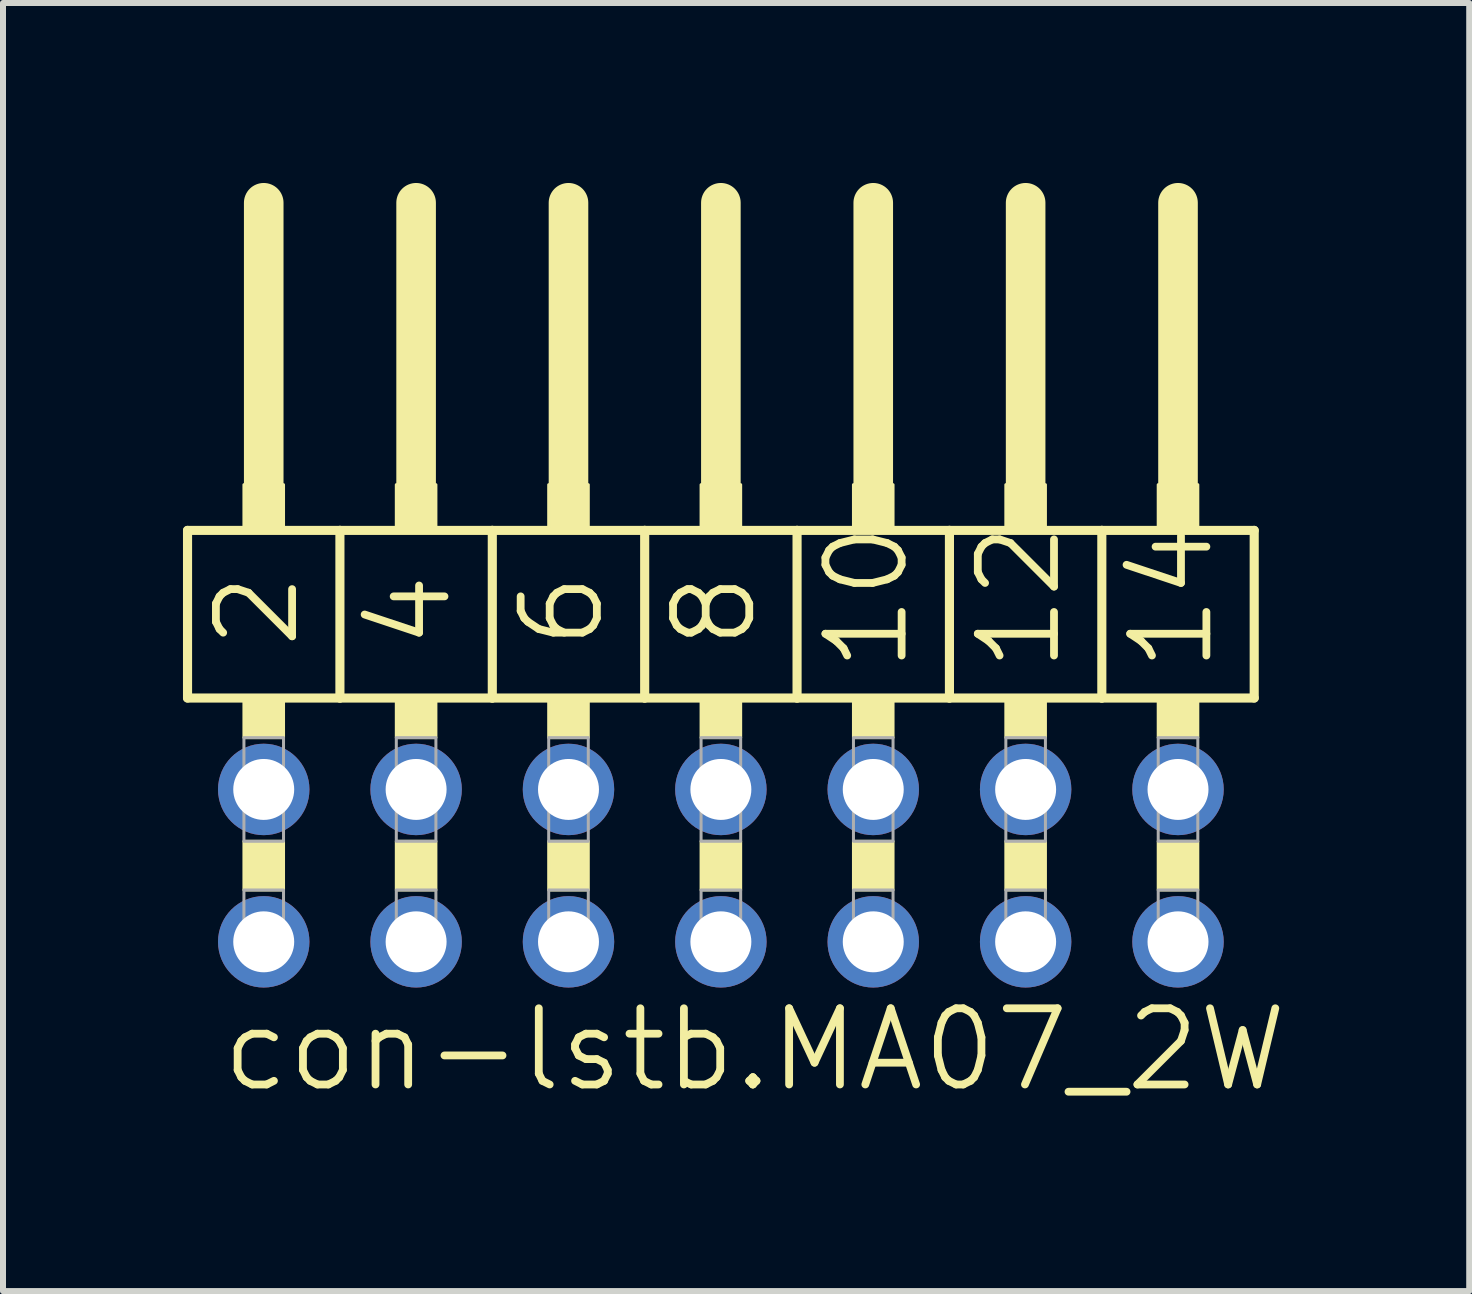
<source format=kicad_pcb>
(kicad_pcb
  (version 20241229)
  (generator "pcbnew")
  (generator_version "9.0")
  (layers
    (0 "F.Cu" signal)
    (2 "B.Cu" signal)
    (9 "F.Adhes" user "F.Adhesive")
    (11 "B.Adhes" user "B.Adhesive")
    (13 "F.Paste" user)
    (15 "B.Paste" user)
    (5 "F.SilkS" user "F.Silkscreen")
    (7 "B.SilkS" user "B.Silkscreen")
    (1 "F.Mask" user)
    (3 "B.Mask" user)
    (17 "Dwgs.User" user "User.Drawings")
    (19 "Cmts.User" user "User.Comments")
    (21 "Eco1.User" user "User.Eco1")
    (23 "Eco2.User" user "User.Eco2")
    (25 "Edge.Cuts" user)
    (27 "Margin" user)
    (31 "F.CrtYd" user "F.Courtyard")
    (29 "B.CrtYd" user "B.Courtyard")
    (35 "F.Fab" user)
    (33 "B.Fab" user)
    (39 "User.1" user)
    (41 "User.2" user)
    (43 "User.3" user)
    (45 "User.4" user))
  (footprint "con-lstb.MA07_2W"
    (layer "F.Cu")
    (at 8.966 11.379)
    (property "Reference" "con-lstb.MA07_2W" (at -8.382 3.81 0) (layer "F.SilkS") (effects (font (size 1.27 1.27) (thickness 0.13)) (justify left bottom)))
    (attr through_hole)
    (fp_line (start -8.89 -5.588) (end -6.35 -5.588) (stroke (width 0.152) (type default)) (layer "F.SilkS"))
    (fp_line (start -8.89 -2.794) (end -8.89 -5.588) (stroke (width 0.152) (type default)) (layer "F.SilkS"))
    (fp_line (start -7.62 -6.35) (end -7.62 -11.049) (stroke (width 0.66) (type default)) (layer "F.SilkS"))
    (fp_line (start -6.35 -5.588) (end -3.81 -5.588) (stroke (width 0.152) (type default)) (layer "F.SilkS"))
    (fp_line (start -6.35 -2.794) (end -8.89 -2.794) (stroke (width 0.152) (type default)) (layer "F.SilkS"))
    (fp_line (start -6.35 -2.794) (end -6.35 -5.588) (stroke (width 0.152) (type default)) (layer "F.SilkS"))
    (fp_line (start -6.35 -2.794) (end -3.81 -2.794) (stroke (width 0.152) (type default)) (layer "F.SilkS"))
    (fp_line (start -5.08 -6.35) (end -5.08 -11.049) (stroke (width 0.66) (type default)) (layer "F.SilkS"))
    (fp_line (start -3.81 -5.588) (end -1.27 -5.588) (stroke (width 0.152) (type default)) (layer "F.SilkS"))
    (fp_line (start -3.81 -2.794) (end -3.81 -5.588) (stroke (width 0.152) (type default)) (layer "F.SilkS"))
    (fp_line (start -2.54 -6.35) (end -2.54 -11.049) (stroke (width 0.66) (type default)) (layer "F.SilkS"))
    (fp_line (start -1.27 -5.588) (end 1.27 -5.588) (stroke (width 0.152) (type default)) (layer "F.SilkS"))
    (fp_line (start -1.27 -2.794) (end -3.81 -2.794) (stroke (width 0.152) (type default)) (layer "F.SilkS"))
    (fp_line (start -1.27 -2.794) (end -1.27 -5.588) (stroke (width 0.152) (type default)) (layer "F.SilkS"))
    (fp_line (start 0 -6.35) (end 0 -11.049) (stroke (width 0.66) (type default)) (layer "F.SilkS"))
    (fp_line (start 1.27 -5.588) (end 3.81 -5.588) (stroke (width 0.152) (type default)) (layer "F.SilkS"))
    (fp_line (start 1.27 -2.794) (end -1.27 -2.794) (stroke (width 0.152) (type default)) (layer "F.SilkS"))
    (fp_line (start 1.27 -2.794) (end 1.27 -5.588) (stroke (width 0.152) (type default)) (layer "F.SilkS"))
    (fp_line (start 2.54 -6.35) (end 2.54 -11.049) (stroke (width 0.66) (type default)) (layer "F.SilkS"))
    (fp_line (start 3.81 -5.588) (end 6.35 -5.588) (stroke (width 0.152) (type default)) (layer "F.SilkS"))
    (fp_line (start 3.81 -2.794) (end 1.27 -2.794) (stroke (width 0.152) (type default)) (layer "F.SilkS"))
    (fp_line (start 3.81 -2.794) (end 3.81 -5.588) (stroke (width 0.152) (type default)) (layer "F.SilkS"))
    (fp_line (start 5.08 -6.35) (end 5.08 -11.049) (stroke (width 0.66) (type default)) (layer "F.SilkS"))
    (fp_line (start 6.35 -5.588) (end 8.89 -5.588) (stroke (width 0.152) (type default)) (layer "F.SilkS"))
    (fp_line (start 6.35 -2.794) (end 3.81 -2.794) (stroke (width 0.152) (type default)) (layer "F.SilkS"))
    (fp_line (start 6.35 -2.794) (end 6.35 -5.588) (stroke (width 0.152) (type default)) (layer "F.SilkS"))
    (fp_line (start 6.35 -2.794) (end 8.89 -2.794) (stroke (width 0.152) (type default)) (layer "F.SilkS"))
    (fp_line (start 7.62 -6.35) (end 7.62 -11.049) (stroke (width 0.66) (type default)) (layer "F.SilkS"))
    (fp_line (start 8.89 -2.794) (end 8.89 -5.588) (stroke (width 0.152) (type default)) (layer "F.SilkS"))
    (fp_rect (start -7.95 -5.588) (end -7.29 -6.35) (stroke (width 0.05) (type default)) (fill yes) (layer "F.SilkS"))
    (fp_rect (start -7.95 -2.134) (end -7.29 -2.794) (stroke (width 0.05) (type default)) (fill yes) (layer "F.SilkS"))
    (fp_rect (start -7.95 0.406) (end -7.29 -0.406) (stroke (width 0.05) (type default)) (fill yes) (layer "F.SilkS"))
    (fp_rect (start -5.41 -5.588) (end -4.75 -6.35) (stroke (width 0.05) (type default)) (fill yes) (layer "F.SilkS"))
    (fp_rect (start -5.41 -2.134) (end -4.75 -2.794) (stroke (width 0.05) (type default)) (fill yes) (layer "F.SilkS"))
    (fp_rect (start -5.41 0.406) (end -4.75 -0.406) (stroke (width 0.05) (type default)) (fill yes) (layer "F.SilkS"))
    (fp_rect (start -2.87 -5.588) (end -2.21 -6.35) (stroke (width 0.05) (type default)) (fill yes) (layer "F.SilkS"))
    (fp_rect (start -2.87 -2.134) (end -2.21 -2.794) (stroke (width 0.05) (type default)) (fill yes) (layer "F.SilkS"))
    (fp_rect (start -2.87 0.406) (end -2.21 -0.406) (stroke (width 0.05) (type default)) (fill yes) (layer "F.SilkS"))
    (fp_rect (start -0.33 -5.588) (end 0.33 -6.35) (stroke (width 0.05) (type default)) (fill yes) (layer "F.SilkS"))
    (fp_rect (start -0.33 -2.134) (end 0.33 -2.794) (stroke (width 0.05) (type default)) (fill yes) (layer "F.SilkS"))
    (fp_rect (start -0.33 0.406) (end 0.33 -0.406) (stroke (width 0.05) (type default)) (fill yes) (layer "F.SilkS"))
    (fp_rect (start 2.21 -5.588) (end 2.87 -6.35) (stroke (width 0.05) (type default)) (fill yes) (layer "F.SilkS"))
    (fp_rect (start 2.21 -2.134) (end 2.87 -2.794) (stroke (width 0.05) (type default)) (fill yes) (layer "F.SilkS"))
    (fp_rect (start 2.21 0.406) (end 2.87 -0.406) (stroke (width 0.05) (type default)) (fill yes) (layer "F.SilkS"))
    (fp_rect (start 4.75 -5.588) (end 5.41 -6.35) (stroke (width 0.05) (type default)) (fill yes) (layer "F.SilkS"))
    (fp_rect (start 4.75 -2.134) (end 5.41 -2.794) (stroke (width 0.05) (type default)) (fill yes) (layer "F.SilkS"))
    (fp_rect (start 4.75 0.406) (end 5.41 -0.406) (stroke (width 0.05) (type default)) (fill yes) (layer "F.SilkS"))
    (fp_rect (start 7.29 -5.588) (end 7.95 -6.35) (stroke (width 0.05) (type default)) (fill yes) (layer "F.SilkS"))
    (fp_rect (start 7.29 -2.134) (end 7.95 -2.794) (stroke (width 0.05) (type default)) (fill yes) (layer "F.SilkS"))
    (fp_rect (start 7.29 0.406) (end 7.95 -0.406) (stroke (width 0.05) (type default)) (fill yes) (layer "F.SilkS"))
    (fp_rect (start -7.95 -0.406) (end -7.29 -2.134) (stroke (width 0.05) (type default)) (fill no) (layer "F.Fab"))
    (fp_rect (start -7.95 1.575) (end -7.29 0.406) (stroke (width 0.05) (type default)) (fill no) (layer "F.Fab"))
    (fp_rect (start -5.41 -0.406) (end -4.75 -2.134) (stroke (width 0.05) (type default)) (fill no) (layer "F.Fab"))
    (fp_rect (start -5.41 1.575) (end -4.75 0.406) (stroke (width 0.05) (type default)) (fill no) (layer "F.Fab"))
    (fp_rect (start -2.87 -0.406) (end -2.21 -2.134) (stroke (width 0.05) (type default)) (fill no) (layer "F.Fab"))
    (fp_rect (start -2.87 1.575) (end -2.21 0.406) (stroke (width 0.05) (type default)) (fill no) (layer "F.Fab"))
    (fp_rect (start -0.33 -0.406) (end 0.33 -2.134) (stroke (width 0.05) (type default)) (fill no) (layer "F.Fab"))
    (fp_rect (start -0.33 1.575) (end 0.33 0.406) (stroke (width 0.05) (type default)) (fill no) (layer "F.Fab"))
    (fp_rect (start 2.21 -0.406) (end 2.87 -2.134) (stroke (width 0.05) (type default)) (fill no) (layer "F.Fab"))
    (fp_rect (start 2.21 1.575) (end 2.87 0.406) (stroke (width 0.05) (type default)) (fill no) (layer "F.Fab"))
    (fp_rect (start 4.75 -0.406) (end 5.41 -2.134) (stroke (width 0.05) (type default)) (fill no) (layer "F.Fab"))
    (fp_rect (start 4.75 1.575) (end 5.41 0.406) (stroke (width 0.05) (type default)) (fill no) (layer "F.Fab"))
    (fp_rect (start 7.29 -0.406) (end 7.95 -2.134) (stroke (width 0.05) (type default)) (fill no) (layer "F.Fab"))
    (fp_rect (start 7.29 1.575) (end 7.95 0.406) (stroke (width 0.05) (type default)) (fill no) (layer "F.Fab"))
    (fp_text user "2" (at -6.985 -3.556 90) (layer "F.SilkS") (effects (font (size 1.27 1.27) (thickness 0.13)) (justify left bottom)))
    (fp_text user "14" (at 8.255 -3.175 90) (layer "F.SilkS") (effects (font (size 1.27 1.27) (thickness 0.13)) (justify left bottom)))
    (fp_text user "4" (at -4.445 -3.556 90) (layer "F.SilkS") (effects (font (size 1.27 1.27) (thickness 0.13)) (justify left bottom)))
    (fp_text user "8" (at 0.635 -3.556 90) (layer "F.SilkS") (effects (font (size 1.27 1.27) (thickness 0.13)) (justify left bottom)))
    (fp_text user "12" (at 5.715 -3.175 90) (layer "F.SilkS") (effects (font (size 1.27 1.27) (thickness 0.13)) (justify left bottom)))
    (fp_text user "6" (at -1.905 -3.556 90) (layer "F.SilkS") (effects (font (size 1.27 1.27) (thickness 0.13)) (justify left bottom)))
    (fp_text user "10" (at 3.175 -3.175 90) (layer "F.SilkS") (effects (font (size 1.27 1.27) (thickness 0.13)) (justify left bottom)))
    (pad "1" thru_hole circle (at -7.62 1.27) (size 1.524 1.524) (drill 1.016) (layers "*.Cu" "*.Mask"))
    (pad "2" thru_hole circle (at -7.62 -1.27) (size 1.524 1.524) (drill 1.016) (layers "*.Cu" "*.Mask"))
    (pad "3" thru_hole circle (at -5.08 1.27) (size 1.524 1.524) (drill 1.016) (layers "*.Cu" "*.Mask"))
    (pad "4" thru_hole circle (at -5.08 -1.27) (size 1.524 1.524) (drill 1.016) (layers "*.Cu" "*.Mask"))
    (pad "5" thru_hole circle (at -2.54 1.27) (size 1.524 1.524) (drill 1.016) (layers "*.Cu" "*.Mask"))
    (pad "6" thru_hole circle (at -2.54 -1.27) (size 1.524 1.524) (drill 1.016) (layers "*.Cu" "*.Mask"))
    (pad "7" thru_hole circle (at 0 1.27) (size 1.524 1.524) (drill 1.016) (layers "*.Cu" "*.Mask"))
    (pad "8" thru_hole circle (at 0 -1.27) (size 1.524 1.524) (drill 1.016) (layers "*.Cu" "*.Mask"))
    (pad "9" thru_hole circle (at 2.54 1.27) (size 1.524 1.524) (drill 1.016) (layers "*.Cu" "*.Mask"))
    (pad "10" thru_hole circle (at 2.54 -1.27) (size 1.524 1.524) (drill 1.016) (layers "*.Cu" "*.Mask"))
    (pad "11" thru_hole circle (at 5.08 1.27) (size 1.524 1.524) (drill 1.016) (layers "*.Cu" "*.Mask"))
    (pad "12" thru_hole circle (at 5.08 -1.27) (size 1.524 1.524) (drill 1.016) (layers "*.Cu" "*.Mask"))
    (pad "13" thru_hole circle (at 7.62 1.27) (size 1.524 1.524) (drill 1.016) (layers "*.Cu" "*.Mask"))
    (pad "14" thru_hole circle (at 7.62 -1.27) (size 1.524 1.524) (drill 1.016) (layers "*.Cu" "*.Mask")))
  (gr_rect
    (start -3 -3)
    (end 21.44 18.471)
    (stroke (width 0.1) (type default))
    (fill no)
    (layer "Edge.Cuts")))
</source>
